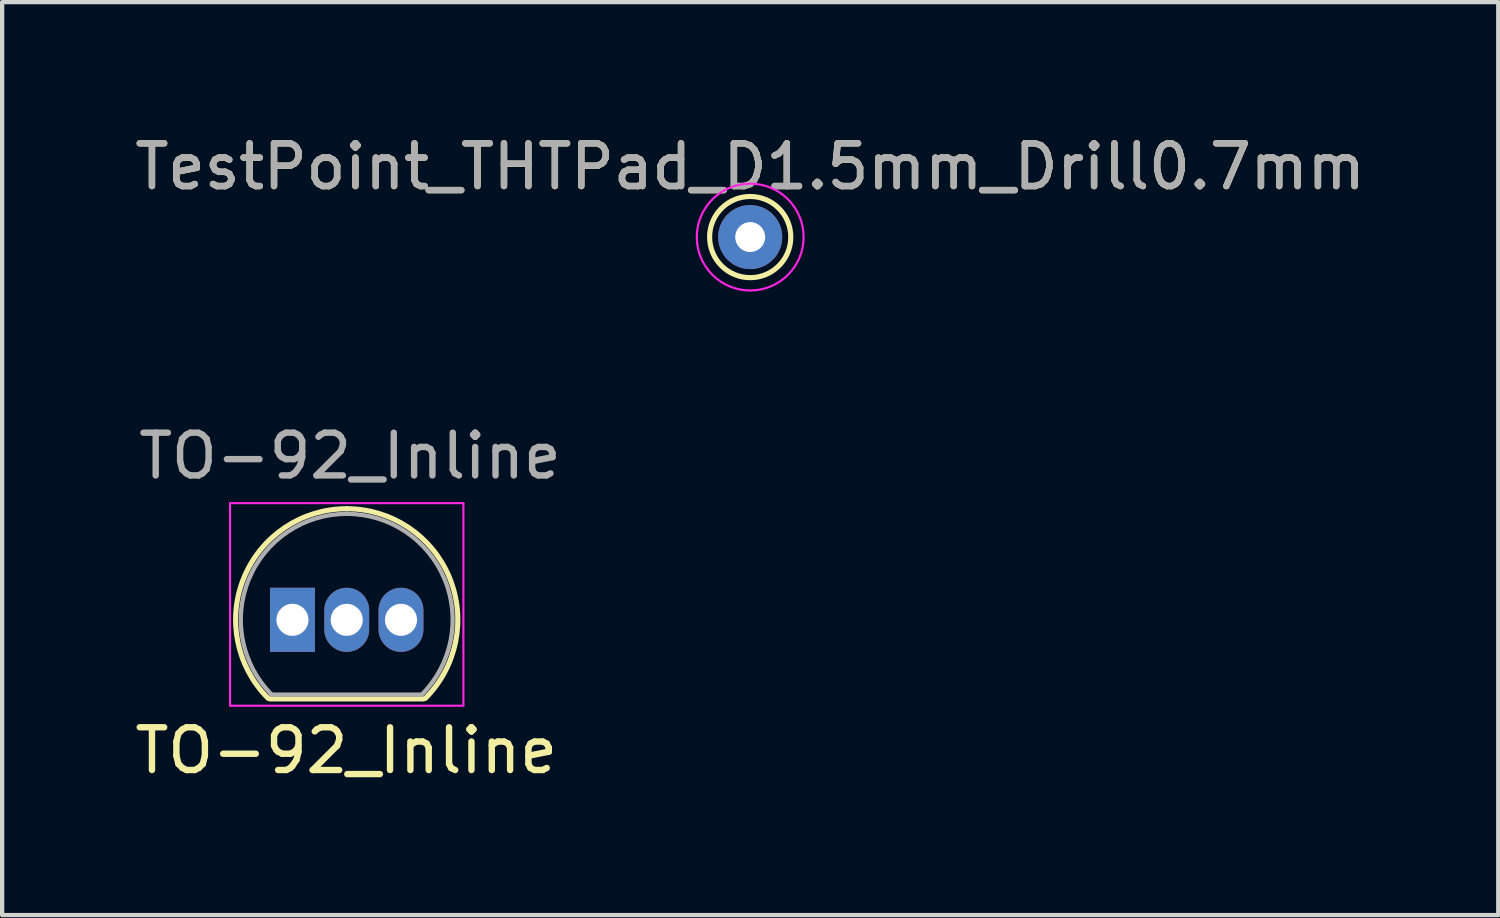
<source format=kicad_pcb>
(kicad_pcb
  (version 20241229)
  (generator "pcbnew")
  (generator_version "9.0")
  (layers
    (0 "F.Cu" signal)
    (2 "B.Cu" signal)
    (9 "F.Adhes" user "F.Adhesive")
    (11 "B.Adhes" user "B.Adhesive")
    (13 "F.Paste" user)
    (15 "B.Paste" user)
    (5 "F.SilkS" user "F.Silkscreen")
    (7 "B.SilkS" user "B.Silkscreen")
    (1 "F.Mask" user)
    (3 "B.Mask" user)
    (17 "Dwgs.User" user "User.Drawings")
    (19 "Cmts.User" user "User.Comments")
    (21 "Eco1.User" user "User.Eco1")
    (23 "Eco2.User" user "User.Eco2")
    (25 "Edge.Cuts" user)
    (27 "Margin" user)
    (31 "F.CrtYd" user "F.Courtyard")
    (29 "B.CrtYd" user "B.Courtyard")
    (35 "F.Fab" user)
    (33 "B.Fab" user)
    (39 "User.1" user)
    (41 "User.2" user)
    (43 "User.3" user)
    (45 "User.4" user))
  (footprint "TO-92_Inline"
    (layer "F.Cu")
    (at 3.794 11.455)
    (property "Reference" "TO-92_Inline" (at 1.26 3.06 180) (layer "F.SilkS") (effects (font (size 1 1) (thickness 0.15))))
    (attr through_hole)
    (fp_line (start -0.53 1.85) (end 3.07 1.85) (stroke (width 0.12) (type solid)) (layer "F.SilkS"))
    (fp_arc (start -0.568478 1.838478) (mid -1.132087 -0.994977) (end 1.27 -2.6) (stroke (width 0.12) (type solid)) (layer "F.SilkS"))
    (fp_arc (start 1.27 -2.6) (mid 3.672087 -0.994977) (end 3.108478 1.838478) (stroke (width 0.12) (type solid)) (layer "F.SilkS"))
    (fp_line (start -1.46 -2.73) (end -1.46 2.01) (stroke (width 0.05) (type solid)) (layer "F.CrtYd"))
    (fp_line (start -1.46 -2.73) (end 4 -2.73) (stroke (width 0.05) (type solid)) (layer "F.CrtYd"))
    (fp_line (start 4 2.01) (end -1.46 2.01) (stroke (width 0.05) (type solid)) (layer "F.CrtYd"))
    (fp_line (start 4 2.01) (end 4 -2.73) (stroke (width 0.05) (type solid)) (layer "F.CrtYd"))
    (fp_line (start -0.5 1.75) (end 3 1.75) (stroke (width 0.1) (type solid)) (layer "F.Fab"))
    (fp_arc (start -0.483625 1.753625) (mid -1.021221 -0.949055) (end 1.27 -2.48) (stroke (width 0.1) (type solid)) (layer "F.Fab"))
    (fp_arc (start 1.27 -2.48) (mid 3.561221 -0.949055) (end 3.023625 1.753625) (stroke (width 0.1) (type solid)) (layer "F.Fab"))
    (fp_text user "${REFERENCE}" (at 1.347 -3.834 180) (layer "F.Fab") (effects (font (size 1 1) (thickness 0.15))))
    (pad "1" thru_hole rect (at 0 0) (size 1.05 1.5) (drill 0.75) (layers "*.Cu" "*.Mask"))
    (pad "2" thru_hole oval (at 1.27 0) (size 1.05 1.5) (drill 0.75) (layers "*.Cu" "*.Mask"))
    (pad "3" thru_hole oval (at 2.54 0) (size 1.05 1.5) (drill 0.75) (layers "*.Cu" "*.Mask")))
  (footprint "TestPoint_THTPad_D1.5mm_Drill0.7mm"
    (layer "F.Cu")
    (at 14.506 2.498)
    (property "Reference" "TestPoint_THTPad_D1.5mm_Drill0.7mm" (at 0 -1.648 0) (layer "F.SilkS") (effects (font (size 1 1) (thickness 0.15))))
    (attr exclude_from_pos_files)
    (fp_circle (center 0 0) (end 0 0.95) (stroke (width 0.12) (type solid)) (fill no) (layer "F.SilkS"))
    (fp_circle (center 0 0) (end 1.25 0) (stroke (width 0.05) (type solid)) (fill no) (layer "F.CrtYd"))
    (fp_text user "${REFERENCE}" (at 0 -1.65 0) (layer "F.Fab") (effects (font (size 1 1) (thickness 0.15))))
    (pad "1" thru_hole circle (at 0 0) (size 1.5 1.5) (drill 0.7) (layers "*.Cu" "*.Mask")))
  (gr_rect
    (start -3 -3)
    (end 32.012 18.364)
    (stroke (width 0.1) (type default))
    (fill no)
    (layer "Edge.Cuts")))
</source>
